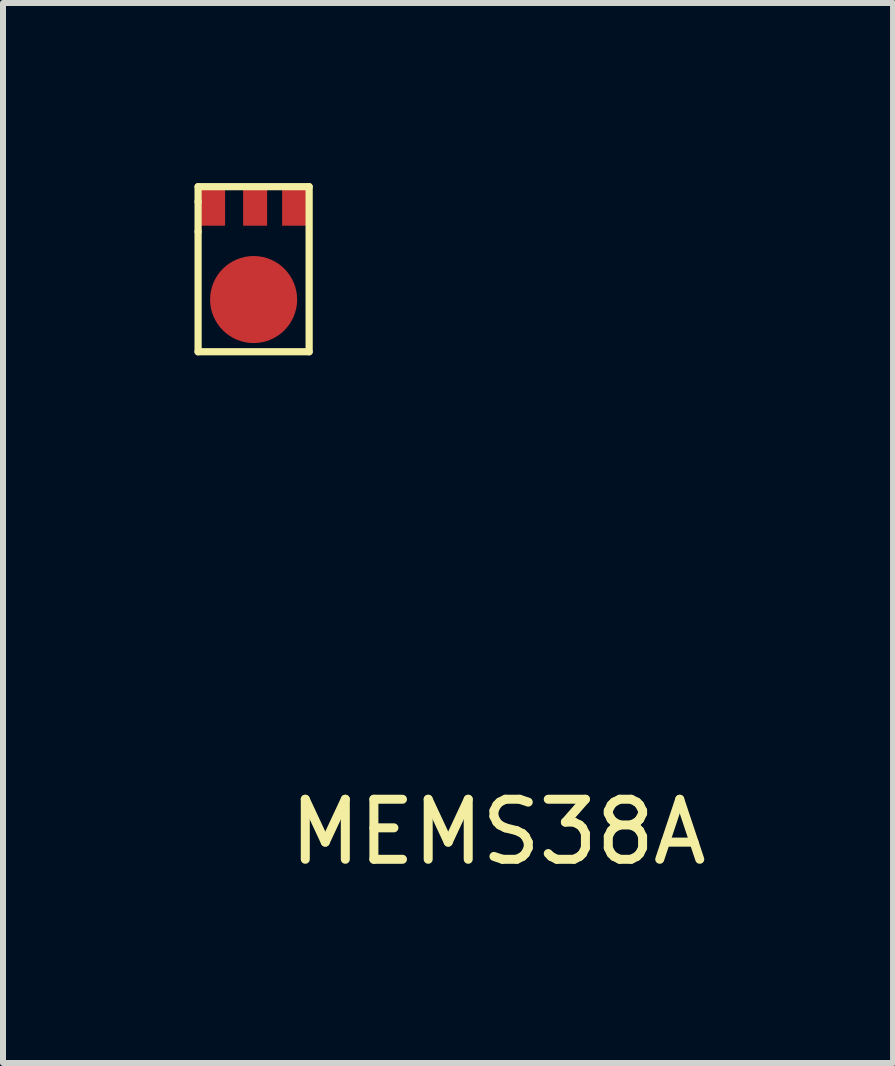
<source format=kicad_pcb>
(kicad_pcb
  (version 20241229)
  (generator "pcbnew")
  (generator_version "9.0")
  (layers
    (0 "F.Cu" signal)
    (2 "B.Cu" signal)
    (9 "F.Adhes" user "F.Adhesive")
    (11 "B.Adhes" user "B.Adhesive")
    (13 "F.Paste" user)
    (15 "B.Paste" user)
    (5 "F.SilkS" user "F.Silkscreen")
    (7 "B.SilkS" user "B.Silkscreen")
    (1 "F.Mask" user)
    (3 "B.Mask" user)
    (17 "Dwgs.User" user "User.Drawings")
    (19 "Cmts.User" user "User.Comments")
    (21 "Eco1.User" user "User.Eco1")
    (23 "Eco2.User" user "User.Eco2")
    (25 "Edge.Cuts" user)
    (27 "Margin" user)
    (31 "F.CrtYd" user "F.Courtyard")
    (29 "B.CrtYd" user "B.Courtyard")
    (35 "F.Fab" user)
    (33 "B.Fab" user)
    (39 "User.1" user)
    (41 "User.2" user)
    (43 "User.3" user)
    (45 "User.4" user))
  (footprint "MEMS38A"
    (layer "F.Cu")
    (at 0.25 2.81)
    (property "Reference" "MEMS38A" (at 5 8 0) (layer "F.SilkS") (effects (font (size 1 1) (thickness 0.15))))
    (attr through_hole)
    (fp_line (start 0 -2.75) (end 1.85 -2.75) (stroke (width 0.12) (type solid)) (layer "F.SilkS"))
    (fp_line (start 0 -2.5) (end 0 -2.75) (stroke (width 0.12) (type solid)) (layer "F.SilkS"))
    (fp_line (start 0 -2) (end 0 -2.5) (stroke (width 0.12) (type solid)) (layer "F.SilkS"))
    (fp_line (start 0 0) (end 0 -2) (stroke (width 0.12) (type solid)) (layer "F.SilkS"))
    (fp_line (start 0 0) (end 1.85 0) (stroke (width 0.12) (type solid)) (layer "F.SilkS"))
    (fp_line (start 1.85 -2.75) (end 1.85 0) (stroke (width 0.12) (type solid)) (layer "F.SilkS"))
    (pad "1" smd rect (at 1.6 -2.4) (size 0.4 0.6) (layers "F.Cu" "F.Mask" "F.Paste"))
    (pad "2" smd rect (at 0.95 -2.4) (size 0.4 0.6) (layers "F.Cu" "F.Mask" "F.Paste"))
    (pad "3" smd rect (at 0.25 -2.4) (size 0.4 0.6) (layers "F.Cu" "F.Mask" "F.Paste"))
    (pad "4" smd circle (at 0.925 -0.87) (size 1.45 1.45) (layers "F.Cu" "F.Mask" "F.Paste")))
  (gr_rect
    (start -3 -3)
    (end 11.827 14.658)
    (stroke (width 0.1) (type default))
    (fill no)
    (layer "Edge.Cuts")))
</source>
